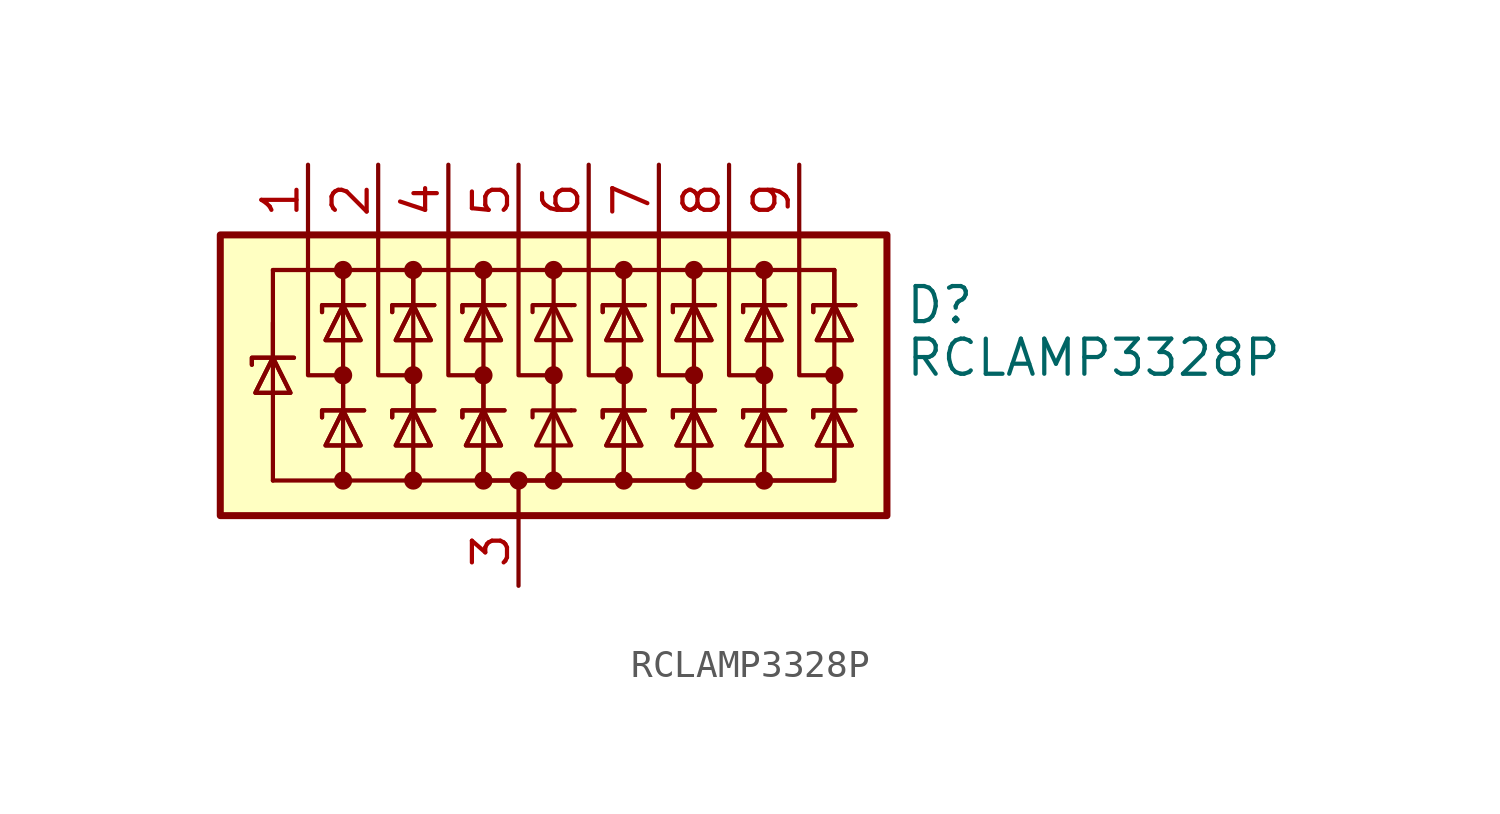
<source format=kicad_sym>
(kicad_symbol_lib
  (version 20211014)
  (generator kicad_symbol_editor)
  (symbol "RCLAMP3328P"
    (pin_names hide)
    (property "Reference" "D"
      (at 13.97 2.54 0)
      (effects (font (size 1.27 1.27)) (justify left)))
    (property "Value" "RCLAMP3328P"
      (at 13.97 0.635 0)
      (effects (font (size 1.27 1.27)) (justify left)))
    (symbol "RCLAMP3328P_0_0"
      (pin passive line (at 0 -7.62 90) (length 2.54) (name "A" (effects (font (size 1.27 1.27)))) (number "3" (effects (font (size 1.27 1.27))))))
    (symbol "RCLAMP3328P_0_1"
      (rectangle (start -10.795 5.08) (end 13.335 -5.08) (stroke (width 0.254) (type default) (color 0 0 0 0)) (fill (type background)))
      (circle (center -6.35 -3.81) (radius 0.254) (stroke (width 0) (type default) (color 0 0 0 0)) (fill (type outline)))
      (circle (center -6.35 0) (radius 0.254) (stroke (width 0) (type default) (color 0 0 0 0)) (fill (type outline)))
      (circle (center -6.35 3.81) (radius 0.254) (stroke (width 0) (type default) (color 0 0 0 0)) (fill (type outline)))
      (circle (center -3.81 -3.81) (radius 0.254) (stroke (width 0) (type default) (color 0 0 0 0)) (fill (type outline)))
      (circle (center -3.81 0) (radius 0.254) (stroke (width 0) (type default) (color 0 0 0 0)) (fill (type outline)))
      (circle (center -3.81 3.81) (radius 0.254) (stroke (width 0) (type default) (color 0 0 0 0)) (fill (type outline)))
      (circle (center -1.27 -3.81) (radius 0.254) (stroke (width 0) (type default) (color 0 0 0 0)) (fill (type outline)))
      (circle (center -1.27 0) (radius 0.254) (stroke (width 0) (type default) (color 0 0 0 0)) (fill (type outline)))
      (circle (center -1.27 3.81) (radius 0.254) (stroke (width 0) (type default) (color 0 0 0 0)) (fill (type outline)))
      (circle (center 0 -3.81) (radius 0.254) (stroke (width 0) (type default) (color 0 0 0 0)) (fill (type outline)))
      (polyline (pts (xy -8.89 0.635) (xy -8.89 -3.81)) (stroke (width 0) (type default) (color 0 0 0 0)) (fill (type none)))
      (polyline (pts (xy -8.89 1.905) (xy -8.89 0.635)) (stroke (width 0) (type default) (color 0 0 0 0)) (fill (type none)))
      (polyline (pts (xy -8.89 3.81) (xy -8.89 0.635)) (stroke (width 0) (type default) (color 0 0 0 0)) (fill (type none)))
      (polyline (pts (xy -6.35 -3.81) (xy -8.89 -3.81)) (stroke (width 0) (type default) (color 0 0 0 0)) (fill (type none)))
      (polyline (pts (xy -6.35 0) (xy -6.35 -1.27)) (stroke (width 0) (type default) (color 0 0 0 0)) (fill (type none)))
      (polyline (pts (xy -6.35 2.54) (xy -6.35 -1.27)) (stroke (width 0) (type default) (color 0 0 0 0)) (fill (type none)))
      (polyline (pts (xy -6.35 3.81) (xy -6.35 2.54)) (stroke (width 0) (type default) (color 0 0 0 0)) (fill (type none)))
      (polyline (pts (xy -6.35 3.81) (xy -6.35 2.54)) (stroke (width 0) (type default) (color 0 0 0 0)) (fill (type none)))
      (polyline (pts (xy -3.81 0) (xy -3.81 -1.27)) (stroke (width 0) (type default) (color 0 0 0 0)) (fill (type none)))
      (polyline (pts (xy -3.81 2.54) (xy -3.81 -1.27)) (stroke (width 0) (type default) (color 0 0 0 0)) (fill (type none)))
      (polyline (pts (xy -3.81 3.81) (xy -3.81 2.54)) (stroke (width 0) (type default) (color 0 0 0 0)) (fill (type none)))
      (polyline (pts (xy -3.81 3.81) (xy -3.81 2.54)) (stroke (width 0) (type default) (color 0 0 0 0)) (fill (type none)))
      (polyline (pts (xy -1.27 0) (xy -1.27 -1.27)) (stroke (width 0) (type default) (color 0 0 0 0)) (fill (type none)))
      (polyline (pts (xy -1.27 2.54) (xy -1.27 -1.27)) (stroke (width 0) (type default) (color 0 0 0 0)) (fill (type none)))
      (polyline (pts (xy -1.27 3.81) (xy -1.27 2.54)) (stroke (width 0) (type default) (color 0 0 0 0)) (fill (type none)))
      (polyline (pts (xy -1.27 3.81) (xy -1.27 2.54)) (stroke (width 0) (type default) (color 0 0 0 0)) (fill (type none)))
      (polyline (pts (xy 0 -5.08) (xy 0 -3.81)) (stroke (width 0) (type default) (color 0 0 0 0)) (fill (type none)))
      (polyline (pts (xy 1.27 -3.81) (xy 1.27 2.54)) (stroke (width 0) (type default) (color 0 0 0 0)) (fill (type none)))
      (polyline (pts (xy 1.27 3.81) (xy 1.27 2.54)) (stroke (width 0) (type default) (color 0 0 0 0)) (fill (type none)))
      (polyline (pts (xy 1.905 -1.27) (xy 2.032 -1.27)) (stroke (width 0) (type default) (color 0 0 0 0)) (fill (type none)))
      (polyline (pts (xy 1.905 2.54) (xy 2.032 2.54)) (stroke (width 0) (type default) (color 0 0 0 0)) (fill (type none)))
      (polyline (pts (xy 3.81 2.54) (xy 3.81 -1.27)) (stroke (width 0) (type default) (color 0 0 0 0)) (fill (type none)))
      (polyline (pts (xy 3.81 3.81) (xy 3.81 2.54)) (stroke (width 0) (type default) (color 0 0 0 0)) (fill (type none)))
      (polyline (pts (xy 6.35 2.54) (xy 6.35 -1.27)) (stroke (width 0) (type default) (color 0 0 0 0)) (fill (type none)))
      (polyline (pts (xy 6.35 3.81) (xy 6.35 2.54)) (stroke (width 0) (type default) (color 0 0 0 0)) (fill (type none)))
      (polyline (pts (xy 6.35 3.81) (xy 6.35 2.54)) (stroke (width 0) (type default) (color 0 0 0 0)) (fill (type none)))
      (polyline (pts (xy 8.89 2.54) (xy 8.89 -1.27)) (stroke (width 0) (type default) (color 0 0 0 0)) (fill (type none)))
      (polyline (pts (xy 8.89 3.81) (xy 8.89 2.54)) (stroke (width 0) (type default) (color 0 0 0 0)) (fill (type none)))
      (polyline (pts (xy 8.89 3.81) (xy 8.89 2.54)) (stroke (width 0) (type default) (color 0 0 0 0)) (fill (type none)))
      (polyline (pts (xy 11.43 2.54) (xy 11.43 -1.27)) (stroke (width 0) (type default) (color 0 0 0 0)) (fill (type none)))
      (polyline (pts (xy 11.43 3.81) (xy -8.89 3.81)) (stroke (width 0) (type default) (color 0 0 0 0)) (fill (type none)))
      (polyline (pts (xy 11.43 3.81) (xy 11.43 2.54)) (stroke (width 0) (type default) (color 0 0 0 0)) (fill (type none)))
      (polyline (pts (xy 11.43 3.81) (xy 11.43 2.54)) (stroke (width 0) (type default) (color 0 0 0 0)) (fill (type none)))
      (polyline (pts (xy -7.62 5.08) (xy -7.62 0) (xy -6.35 0)) (stroke (width 0) (type default) (color 0 0 0 0)) (fill (type none)))
      (polyline (pts (xy -6.35 -1.27) (xy -6.35 -3.81) (xy -3.81 -3.81)) (stroke (width 0) (type default) (color 0 0 0 0)) (fill (type none)))
      (polyline (pts (xy -5.08 5.08) (xy -5.08 0) (xy -3.81 0)) (stroke (width 0) (type default) (color 0 0 0 0)) (fill (type none)))
      (polyline (pts (xy -3.81 -1.27) (xy -3.81 -3.81) (xy -1.27 -3.81)) (stroke (width 0) (type default) (color 0 0 0 0)) (fill (type none)))
      (polyline (pts (xy -2.54 5.08) (xy -2.54 0) (xy -1.27 0)) (stroke (width 0) (type default) (color 0 0 0 0)) (fill (type none)))
      (polyline (pts (xy 0 5.08) (xy 0 0) (xy 1.27 0)) (stroke (width 0) (type default) (color 0 0 0 0)) (fill (type none)))
      (polyline (pts (xy 1.905 -1.27) (xy 0.508 -1.27) (xy 0.508 -1.524)) (stroke (width 0) (type default) (color 0 0 0 0)) (fill (type none)))
      (polyline (pts (xy 1.905 2.54) (xy 0.508 2.54) (xy 0.508 2.286)) (stroke (width 0) (type default) (color 0 0 0 0)) (fill (type none)))
      (polyline (pts (xy 2.54 5.08) (xy 2.54 0) (xy 3.81 0)) (stroke (width 0) (type default) (color 0 0 0 0)) (fill (type none)))
      (polyline (pts (xy 5.08 5.08) (xy 5.08 0) (xy 6.35 0)) (stroke (width 0) (type default) (color 0 0 0 0)) (fill (type none)))
      (polyline (pts (xy 6.35 -1.27) (xy 6.35 -3.81) (xy 3.81 -3.81)) (stroke (width 0) (type default) (color 0 0 0 0)) (fill (type none)))
      (polyline (pts (xy 6.35 -1.27) (xy 6.35 -3.81) (xy 3.81 -3.81)) (stroke (width 0) (type default) (color 0 0 0 0)) (fill (type none)))
      (polyline (pts (xy 7.62 5.08) (xy 7.62 0) (xy 8.89 0)) (stroke (width 0) (type default) (color 0 0 0 0)) (fill (type none)))
      (polyline (pts (xy 8.89 -1.27) (xy 8.89 -3.81) (xy 6.35 -3.81)) (stroke (width 0) (type default) (color 0 0 0 0)) (fill (type none)))
      (polyline (pts (xy 8.89 -1.27) (xy 8.89 -3.81) (xy 6.35 -3.81)) (stroke (width 0) (type default) (color 0 0 0 0)) (fill (type none)))
      (polyline (pts (xy 10.16 5.08) (xy 10.16 0) (xy 11.43 0)) (stroke (width 0) (type default) (color 0 0 0 0)) (fill (type none)))
      (polyline (pts (xy 11.43 -1.27) (xy 11.43 -3.81) (xy 8.89 -3.81)) (stroke (width 0) (type default) (color 0 0 0 0)) (fill (type none)))
      (polyline (pts (xy 11.43 -1.27) (xy 11.43 -3.81) (xy 8.89 -3.81)) (stroke (width 0) (type default) (color 0 0 0 0)) (fill (type none)))
      (polyline (pts (xy -9.652 0.381) (xy -9.652 0.635) (xy -8.255 0.635) (xy -8.128 0.635)) (stroke (width 0) (type default) (color 0 0 0 0)) (fill (type none)))
      (polyline (pts (xy -9.652 0.381) (xy -9.652 0.635) (xy -8.255 0.635) (xy -8.128 0.635)) (stroke (width 0) (type default) (color 0 0 0 0)) (fill (type none)))
      (polyline (pts (xy -8.89 0.635) (xy -8.255 -0.635) (xy -9.525 -0.635) (xy -8.89 0.635)) (stroke (width 0) (type default) (color 0 0 0 0)) (fill (type none)))
      (polyline (pts (xy -8.89 0.635) (xy -8.255 -0.635) (xy -9.525 -0.635) (xy -8.89 0.635)) (stroke (width 0) (type default) (color 0 0 0 0)) (fill (type none)))
      (polyline (pts (xy -7.112 -1.524) (xy -7.112 -1.27) (xy -5.715 -1.27) (xy -5.588 -1.27)) (stroke (width 0) (type default) (color 0 0 0 0)) (fill (type none)))
      (polyline (pts (xy -7.112 -1.524) (xy -7.112 -1.27) (xy -5.715 -1.27) (xy -5.588 -1.27)) (stroke (width 0) (type default) (color 0 0 0 0)) (fill (type none)))
      (polyline (pts (xy -7.112 2.286) (xy -7.112 2.54) (xy -5.715 2.54) (xy -5.588 2.54)) (stroke (width 0) (type default) (color 0 0 0 0)) (fill (type none)))
      (polyline (pts (xy -7.112 2.286) (xy -7.112 2.54) (xy -5.715 2.54) (xy -5.588 2.54)) (stroke (width 0) (type default) (color 0 0 0 0)) (fill (type none)))
      (polyline (pts (xy -6.35 -1.27) (xy -5.715 -2.54) (xy -6.985 -2.54) (xy -6.35 -1.27)) (stroke (width 0) (type default) (color 0 0 0 0)) (fill (type none)))
      (polyline (pts (xy -6.35 -1.27) (xy -5.715 -2.54) (xy -6.985 -2.54) (xy -6.35 -1.27)) (stroke (width 0) (type default) (color 0 0 0 0)) (fill (type none)))
      (polyline (pts (xy -6.35 2.54) (xy -5.715 1.27) (xy -6.985 1.27) (xy -6.35 2.54)) (stroke (width 0) (type default) (color 0 0 0 0)) (fill (type none)))
      (polyline (pts (xy -6.35 2.54) (xy -5.715 1.27) (xy -6.985 1.27) (xy -6.35 2.54)) (stroke (width 0) (type default) (color 0 0 0 0)) (fill (type none)))
      (polyline (pts (xy -4.572 -1.524) (xy -4.572 -1.27) (xy -3.175 -1.27) (xy -3.048 -1.27)) (stroke (width 0) (type default) (color 0 0 0 0)) (fill (type none)))
      (polyline (pts (xy -4.572 -1.524) (xy -4.572 -1.27) (xy -3.175 -1.27) (xy -3.048 -1.27)) (stroke (width 0) (type default) (color 0 0 0 0)) (fill (type none)))
      (polyline (pts (xy -4.572 2.286) (xy -4.572 2.54) (xy -3.175 2.54) (xy -3.048 2.54)) (stroke (width 0) (type default) (color 0 0 0 0)) (fill (type none)))
      (polyline (pts (xy -4.572 2.286) (xy -4.572 2.54) (xy -3.175 2.54) (xy -3.048 2.54)) (stroke (width 0) (type default) (color 0 0 0 0)) (fill (type none)))
      (polyline (pts (xy -3.81 -1.27) (xy -3.175 -2.54) (xy -4.445 -2.54) (xy -3.81 -1.27)) (stroke (width 0) (type default) (color 0 0 0 0)) (fill (type none)))
      (polyline (pts (xy -3.81 -1.27) (xy -3.175 -2.54) (xy -4.445 -2.54) (xy -3.81 -1.27)) (stroke (width 0) (type default) (color 0 0 0 0)) (fill (type none)))
      (polyline (pts (xy -3.81 2.54) (xy -3.175 1.27) (xy -4.445 1.27) (xy -3.81 2.54)) (stroke (width 0) (type default) (color 0 0 0 0)) (fill (type none)))
      (polyline (pts (xy -3.81 2.54) (xy -3.175 1.27) (xy -4.445 1.27) (xy -3.81 2.54)) (stroke (width 0) (type default) (color 0 0 0 0)) (fill (type none)))
      (polyline (pts (xy -2.032 -1.524) (xy -2.032 -1.27) (xy -0.635 -1.27) (xy -0.508 -1.27)) (stroke (width 0) (type default) (color 0 0 0 0)) (fill (type none)))
      (polyline (pts (xy -2.032 -1.524) (xy -2.032 -1.27) (xy -0.635 -1.27) (xy -0.508 -1.27)) (stroke (width 0) (type default) (color 0 0 0 0)) (fill (type none)))
      (polyline (pts (xy -2.032 2.286) (xy -2.032 2.54) (xy -0.635 2.54) (xy -0.508 2.54)) (stroke (width 0) (type default) (color 0 0 0 0)) (fill (type none)))
      (polyline (pts (xy -2.032 2.286) (xy -2.032 2.54) (xy -0.635 2.54) (xy -0.508 2.54)) (stroke (width 0) (type default) (color 0 0 0 0)) (fill (type none)))
      (polyline (pts (xy -1.27 -1.27) (xy -1.27 -3.81) (xy 3.81 -3.81) (xy 3.81 -1.27)) (stroke (width 0) (type default) (color 0 0 0 0)) (fill (type none)))
      (polyline (pts (xy -1.27 -1.27) (xy -1.27 -3.81) (xy 3.81 -3.81) (xy 3.81 -1.27)) (stroke (width 0) (type default) (color 0 0 0 0)) (fill (type none)))
      (polyline (pts (xy -1.27 -1.27) (xy -0.635 -2.54) (xy -1.905 -2.54) (xy -1.27 -1.27)) (stroke (width 0) (type default) (color 0 0 0 0)) (fill (type none)))
      (polyline (pts (xy -1.27 -1.27) (xy -0.635 -2.54) (xy -1.905 -2.54) (xy -1.27 -1.27)) (stroke (width 0) (type default) (color 0 0 0 0)) (fill (type none)))
      (polyline (pts (xy -1.27 2.54) (xy -0.635 1.27) (xy -1.905 1.27) (xy -1.27 2.54)) (stroke (width 0) (type default) (color 0 0 0 0)) (fill (type none)))
      (polyline (pts (xy -1.27 2.54) (xy -0.635 1.27) (xy -1.905 1.27) (xy -1.27 2.54)) (stroke (width 0) (type default) (color 0 0 0 0)) (fill (type none)))
      (polyline (pts (xy 1.905 -2.54) (xy 0.635 -2.54) (xy 1.27 -1.27) (xy 1.905 -2.54)) (stroke (width 0) (type default) (color 0 0 0 0)) (fill (type none)))
      (polyline (pts (xy 1.905 1.27) (xy 0.635 1.27) (xy 1.27 2.54) (xy 1.905 1.27)) (stroke (width 0) (type default) (color 0 0 0 0)) (fill (type none)))
      (polyline (pts (xy 3.048 -1.524) (xy 3.048 -1.27) (xy 4.445 -1.27) (xy 4.572 -1.27)) (stroke (width 0) (type default) (color 0 0 0 0)) (fill (type none)))
      (polyline (pts (xy 3.048 -1.524) (xy 3.048 -1.27) (xy 4.445 -1.27) (xy 4.572 -1.27)) (stroke (width 0) (type default) (color 0 0 0 0)) (fill (type none)))
      (polyline (pts (xy 3.048 2.286) (xy 3.048 2.54) (xy 4.445 2.54) (xy 4.572 2.54)) (stroke (width 0) (type default) (color 0 0 0 0)) (fill (type none)))
      (polyline (pts (xy 3.048 2.286) (xy 3.048 2.54) (xy 4.445 2.54) (xy 4.572 2.54)) (stroke (width 0) (type default) (color 0 0 0 0)) (fill (type none)))
      (polyline (pts (xy 3.81 -1.27) (xy 3.175 -2.54) (xy 4.445 -2.54) (xy 3.81 -1.27)) (stroke (width 0) (type default) (color 0 0 0 0)) (fill (type none)))
      (polyline (pts (xy 3.81 -1.27) (xy 3.175 -2.54) (xy 4.445 -2.54) (xy 3.81 -1.27)) (stroke (width 0) (type default) (color 0 0 0 0)) (fill (type none)))
      (polyline (pts (xy 3.81 2.54) (xy 3.175 1.27) (xy 4.445 1.27) (xy 3.81 2.54)) (stroke (width 0) (type default) (color 0 0 0 0)) (fill (type none)))
      (polyline (pts (xy 3.81 2.54) (xy 3.175 1.27) (xy 4.445 1.27) (xy 3.81 2.54)) (stroke (width 0) (type default) (color 0 0 0 0)) (fill (type none)))
      (polyline (pts (xy 5.588 -1.524) (xy 5.588 -1.27) (xy 6.985 -1.27) (xy 7.112 -1.27)) (stroke (width 0) (type default) (color 0 0 0 0)) (fill (type none)))
      (polyline (pts (xy 5.588 -1.524) (xy 5.588 -1.27) (xy 6.985 -1.27) (xy 7.112 -1.27)) (stroke (width 0) (type default) (color 0 0 0 0)) (fill (type none)))
      (polyline (pts (xy 5.588 2.286) (xy 5.588 2.54) (xy 6.985 2.54) (xy 7.112 2.54)) (stroke (width 0) (type default) (color 0 0 0 0)) (fill (type none)))
      (polyline (pts (xy 5.588 2.286) (xy 5.588 2.54) (xy 6.985 2.54) (xy 7.112 2.54)) (stroke (width 0) (type default) (color 0 0 0 0)) (fill (type none)))
      (polyline (pts (xy 6.35 -1.27) (xy 5.715 -2.54) (xy 6.985 -2.54) (xy 6.35 -1.27)) (stroke (width 0) (type default) (color 0 0 0 0)) (fill (type none)))
      (polyline (pts (xy 6.35 -1.27) (xy 5.715 -2.54) (xy 6.985 -2.54) (xy 6.35 -1.27)) (stroke (width 0) (type default) (color 0 0 0 0)) (fill (type none)))
      (polyline (pts (xy 6.35 2.54) (xy 5.715 1.27) (xy 6.985 1.27) (xy 6.35 2.54)) (stroke (width 0) (type default) (color 0 0 0 0)) (fill (type none)))
      (polyline (pts (xy 6.35 2.54) (xy 5.715 1.27) (xy 6.985 1.27) (xy 6.35 2.54)) (stroke (width 0) (type default) (color 0 0 0 0)) (fill (type none)))
      (polyline (pts (xy 8.128 -1.524) (xy 8.128 -1.27) (xy 9.525 -1.27) (xy 9.652 -1.27)) (stroke (width 0) (type default) (color 0 0 0 0)) (fill (type none)))
      (polyline (pts (xy 8.128 -1.524) (xy 8.128 -1.27) (xy 9.525 -1.27) (xy 9.652 -1.27)) (stroke (width 0) (type default) (color 0 0 0 0)) (fill (type none)))
      (polyline (pts (xy 8.128 2.286) (xy 8.128 2.54) (xy 9.525 2.54) (xy 9.652 2.54)) (stroke (width 0) (type default) (color 0 0 0 0)) (fill (type none)))
      (polyline (pts (xy 8.128 2.286) (xy 8.128 2.54) (xy 9.525 2.54) (xy 9.652 2.54)) (stroke (width 0) (type default) (color 0 0 0 0)) (fill (type none)))
      (polyline (pts (xy 8.89 -1.27) (xy 8.255 -2.54) (xy 9.525 -2.54) (xy 8.89 -1.27)) (stroke (width 0) (type default) (color 0 0 0 0)) (fill (type none)))
      (polyline (pts (xy 8.89 -1.27) (xy 8.255 -2.54) (xy 9.525 -2.54) (xy 8.89 -1.27)) (stroke (width 0) (type default) (color 0 0 0 0)) (fill (type none)))
      (polyline (pts (xy 8.89 2.54) (xy 8.255 1.27) (xy 9.525 1.27) (xy 8.89 2.54)) (stroke (width 0) (type default) (color 0 0 0 0)) (fill (type none)))
      (polyline (pts (xy 8.89 2.54) (xy 8.255 1.27) (xy 9.525 1.27) (xy 8.89 2.54)) (stroke (width 0) (type default) (color 0 0 0 0)) (fill (type none)))
      (polyline (pts (xy 10.668 -1.524) (xy 10.668 -1.27) (xy 12.065 -1.27) (xy 12.192 -1.27)) (stroke (width 0) (type default) (color 0 0 0 0)) (fill (type none)))
      (polyline (pts (xy 10.668 -1.524) (xy 10.668 -1.27) (xy 12.065 -1.27) (xy 12.192 -1.27)) (stroke (width 0) (type default) (color 0 0 0 0)) (fill (type none)))
      (polyline (pts (xy 10.668 2.286) (xy 10.668 2.54) (xy 12.065 2.54) (xy 12.192 2.54)) (stroke (width 0) (type default) (color 0 0 0 0)) (fill (type none)))
      (polyline (pts (xy 10.668 2.286) (xy 10.668 2.54) (xy 12.065 2.54) (xy 12.192 2.54)) (stroke (width 0) (type default) (color 0 0 0 0)) (fill (type none)))
      (polyline (pts (xy 11.43 -1.27) (xy 10.795 -2.54) (xy 12.065 -2.54) (xy 11.43 -1.27)) (stroke (width 0) (type default) (color 0 0 0 0)) (fill (type none)))
      (polyline (pts (xy 11.43 -1.27) (xy 10.795 -2.54) (xy 12.065 -2.54) (xy 11.43 -1.27)) (stroke (width 0) (type default) (color 0 0 0 0)) (fill (type none)))
      (polyline (pts (xy 11.43 2.54) (xy 10.795 1.27) (xy 12.065 1.27) (xy 11.43 2.54)) (stroke (width 0) (type default) (color 0 0 0 0)) (fill (type none)))
      (polyline (pts (xy 11.43 2.54) (xy 10.795 1.27) (xy 12.065 1.27) (xy 11.43 2.54)) (stroke (width 0) (type default) (color 0 0 0 0)) (fill (type none)))
      (circle (center 1.27 -3.81) (radius 0.254) (stroke (width 0) (type default) (color 0 0 0 0)) (fill (type outline)))
      (circle (center 1.27 0) (radius 0.254) (stroke (width 0) (type default) (color 0 0 0 0)) (fill (type outline)))
      (circle (center 1.27 3.81) (radius 0.254) (stroke (width 0) (type default) (color 0 0 0 0)) (fill (type outline)))
      (circle (center 3.81 -3.81) (radius 0.254) (stroke (width 0) (type default) (color 0 0 0 0)) (fill (type outline)))
      (circle (center 3.81 0) (radius 0.254) (stroke (width 0) (type default) (color 0 0 0 0)) (fill (type outline)))
      (circle (center 3.81 3.81) (radius 0.254) (stroke (width 0) (type default) (color 0 0 0 0)) (fill (type outline)))
      (circle (center 6.35 -3.81) (radius 0.254) (stroke (width 0) (type default) (color 0 0 0 0)) (fill (type outline)))
      (circle (center 6.35 0) (radius 0.254) (stroke (width 0) (type default) (color 0 0 0 0)) (fill (type outline)))
      (circle (center 6.35 3.81) (radius 0.254) (stroke (width 0) (type default) (color 0 0 0 0)) (fill (type outline)))
      (circle (center 8.89 -3.81) (radius 0.254) (stroke (width 0) (type default) (color 0 0 0 0)) (fill (type outline)))
      (circle (center 8.89 0) (radius 0.254) (stroke (width 0) (type default) (color 0 0 0 0)) (fill (type outline)))
      (circle (center 8.89 3.81) (radius 0.254) (stroke (width 0) (type default) (color 0 0 0 0)) (fill (type outline)))
      (circle (center 11.43 0) (radius 0.254) (stroke (width 0) (type default) (color 0 0 0 0)) (fill (type outline))))
    (symbol "RCLAMP3328P_1_1"
      (pin passive line (at -7.62 7.62 270) (length 2.54) (name "K1" (effects (font (size 1.27 1.27)))) (number "1" (effects (font (size 1.27 1.27)))))
      (pin passive line (at -5.08 7.62 270) (length 2.54) (name "K2" (effects (font (size 1.27 1.27)))) (number "2" (effects (font (size 1.27 1.27)))))
      (pin passive line (at -2.54 7.62 270) (length 2.54) (name "K3" (effects (font (size 1.27 1.27)))) (number "4" (effects (font (size 1.27 1.27)))))
      (pin passive line (at 0 7.62 270) (length 2.54) (name "K4" (effects (font (size 1.27 1.27)))) (number "5" (effects (font (size 1.27 1.27)))))
      (pin passive line (at 2.54 7.62 270) (length 2.54) (name "K5" (effects (font (size 1.27 1.27)))) (number "6" (effects (font (size 1.27 1.27)))))
      (pin passive line (at 5.08 7.62 270) (length 2.54) (name "K6" (effects (font (size 1.27 1.27)))) (number "7" (effects (font (size 1.27 1.27)))))
      (pin passive line (at 7.62 7.62 270) (length 2.54) (name "K7" (effects (font (size 1.27 1.27)))) (number "8" (effects (font (size 1.27 1.27)))))
      (pin passive line (at 10.16 7.62 270) (length 2.54) (name "K8" (effects (font (size 1.27 1.27)))) (number "9" (effects (font (size 1.27 1.27))))))))
</source>
